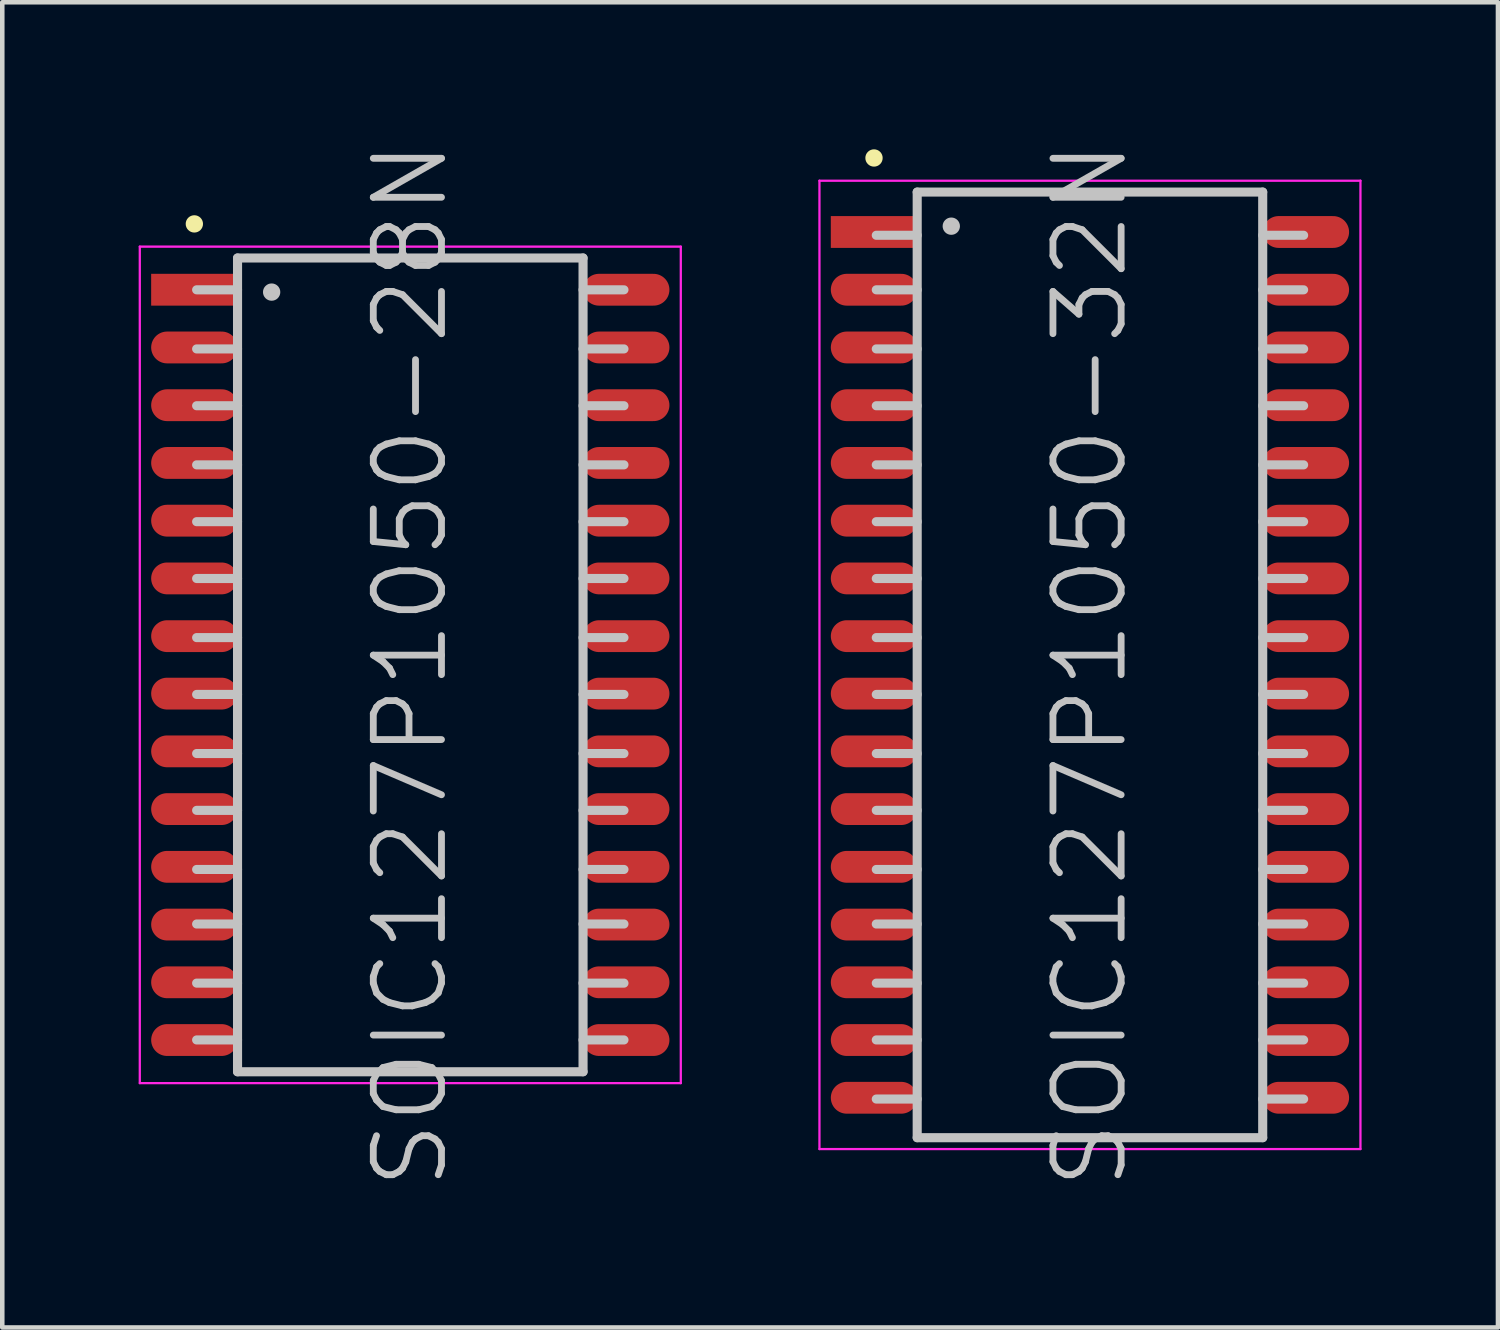
<source format=kicad_pcb>
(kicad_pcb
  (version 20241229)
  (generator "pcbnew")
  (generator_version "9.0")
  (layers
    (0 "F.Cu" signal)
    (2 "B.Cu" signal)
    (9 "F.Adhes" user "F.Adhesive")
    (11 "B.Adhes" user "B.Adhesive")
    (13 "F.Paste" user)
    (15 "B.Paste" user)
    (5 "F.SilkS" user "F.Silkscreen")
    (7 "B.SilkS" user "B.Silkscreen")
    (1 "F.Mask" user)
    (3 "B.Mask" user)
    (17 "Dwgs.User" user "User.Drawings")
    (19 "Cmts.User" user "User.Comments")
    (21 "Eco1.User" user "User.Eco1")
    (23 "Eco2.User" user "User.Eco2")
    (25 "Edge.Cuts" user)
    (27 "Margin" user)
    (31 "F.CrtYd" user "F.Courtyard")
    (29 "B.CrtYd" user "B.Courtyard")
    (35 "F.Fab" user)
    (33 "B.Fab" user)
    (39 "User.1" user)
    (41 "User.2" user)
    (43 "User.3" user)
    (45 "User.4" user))
  (footprint "SOIC127P1050-32N"
    (layer "F.Cu")
    (at 20.925 11.575)
    (property "Reference" "SOIC127P1050-32N" (at 0 0 90) (layer "Dwgs.User") (effects (font (size 1.5 1.5) (thickness 0.15))))
    (attr smd)
    (fp_line (start -4.75 -11.15) (end -4.75 -11.15) (stroke (width 0.381) (type solid)) (layer "F.SilkS"))
    (fp_line (start -3.8 -10.4) (end -3.8 10.4) (stroke (width 0.2) (type solid)) (layer "Dwgs.User"))
    (fp_line (start -3.8 -10.4) (end 3.8 -10.4) (stroke (width 0.2) (type solid)) (layer "Dwgs.User"))
    (fp_line (start -3.8 -9.45) (end -4.7 -9.45) (stroke (width 0.2) (type solid)) (layer "Dwgs.User"))
    (fp_line (start -3.8 -8.25) (end -4.7 -8.25) (stroke (width 0.2) (type solid)) (layer "Dwgs.User"))
    (fp_line (start -3.8 -6.95) (end -4.7 -6.95) (stroke (width 0.2) (type solid)) (layer "Dwgs.User"))
    (fp_line (start -3.8 -5.7) (end -4.7 -5.7) (stroke (width 0.2) (type solid)) (layer "Dwgs.User"))
    (fp_line (start -3.8 -4.4) (end -4.7 -4.4) (stroke (width 0.2) (type solid)) (layer "Dwgs.User"))
    (fp_line (start -3.8 -3.15) (end -4.7 -3.15) (stroke (width 0.2) (type solid)) (layer "Dwgs.User"))
    (fp_line (start -3.8 -1.9) (end -4.7 -1.9) (stroke (width 0.2) (type solid)) (layer "Dwgs.User"))
    (fp_line (start -3.8 -0.6) (end -4.7 -0.6) (stroke (width 0.2) (type solid)) (layer "Dwgs.User"))
    (fp_line (start -3.8 0.65) (end -4.7 0.65) (stroke (width 0.2) (type solid)) (layer "Dwgs.User"))
    (fp_line (start -3.8 1.95) (end -4.7 1.95) (stroke (width 0.2) (type solid)) (layer "Dwgs.User"))
    (fp_line (start -3.8 3.2) (end -4.7 3.2) (stroke (width 0.2) (type solid)) (layer "Dwgs.User"))
    (fp_line (start -3.8 4.5) (end -4.7 4.5) (stroke (width 0.2) (type solid)) (layer "Dwgs.User"))
    (fp_line (start -3.8 5.7) (end -4.7 5.7) (stroke (width 0.2) (type solid)) (layer "Dwgs.User"))
    (fp_line (start -3.8 7) (end -4.7 7) (stroke (width 0.2) (type solid)) (layer "Dwgs.User"))
    (fp_line (start -3.8 8.25) (end -4.7 8.25) (stroke (width 0.2) (type solid)) (layer "Dwgs.User"))
    (fp_line (start -3.8 9.55) (end -4.7 9.55) (stroke (width 0.2) (type solid)) (layer "Dwgs.User"))
    (fp_line (start -3.8 10.4) (end 3.8 10.4) (stroke (width 0.2) (type solid)) (layer "Dwgs.User"))
    (fp_line (start -3.05 -9.65) (end -3.05 -9.65) (stroke (width 0.381) (type solid)) (layer "Dwgs.User"))
    (fp_line (start 3.8 -10.4) (end 3.8 10.4) (stroke (width 0.2) (type solid)) (layer "Dwgs.User"))
    (fp_line (start 4.7 -9.45) (end 3.8 -9.45) (stroke (width 0.2) (type solid)) (layer "Dwgs.User"))
    (fp_line (start 4.7 -8.25) (end 3.8 -8.25) (stroke (width 0.2) (type solid)) (layer "Dwgs.User"))
    (fp_line (start 4.7 -6.95) (end 3.8 -6.95) (stroke (width 0.2) (type solid)) (layer "Dwgs.User"))
    (fp_line (start 4.7 -5.7) (end 3.8 -5.7) (stroke (width 0.2) (type solid)) (layer "Dwgs.User"))
    (fp_line (start 4.7 -4.4) (end 3.8 -4.4) (stroke (width 0.2) (type solid)) (layer "Dwgs.User"))
    (fp_line (start 4.7 -3.15) (end 3.8 -3.15) (stroke (width 0.2) (type solid)) (layer "Dwgs.User"))
    (fp_line (start 4.7 -1.9) (end 3.8 -1.9) (stroke (width 0.2) (type solid)) (layer "Dwgs.User"))
    (fp_line (start 4.7 -0.6) (end 3.8 -0.6) (stroke (width 0.2) (type solid)) (layer "Dwgs.User"))
    (fp_line (start 4.7 0.65) (end 3.8 0.65) (stroke (width 0.2) (type solid)) (layer "Dwgs.User"))
    (fp_line (start 4.7 1.95) (end 3.8 1.95) (stroke (width 0.2) (type solid)) (layer "Dwgs.User"))
    (fp_line (start 4.7 3.2) (end 3.8 3.2) (stroke (width 0.2) (type solid)) (layer "Dwgs.User"))
    (fp_line (start 4.7 4.5) (end 3.8 4.5) (stroke (width 0.2) (type solid)) (layer "Dwgs.User"))
    (fp_line (start 4.7 5.7) (end 3.8 5.7) (stroke (width 0.2) (type solid)) (layer "Dwgs.User"))
    (fp_line (start 4.7 7) (end 3.8 7) (stroke (width 0.2) (type solid)) (layer "Dwgs.User"))
    (fp_line (start 4.7 8.25) (end 3.8 8.25) (stroke (width 0.2) (type solid)) (layer "Dwgs.User"))
    (fp_line (start 4.7 9.55) (end 3.8 9.55) (stroke (width 0.2) (type solid)) (layer "Dwgs.User"))
    (fp_line (start -5.95 -10.65) (end -5.95 10.65) (stroke (width 0.05) (type solid)) (layer "F.CrtYd"))
    (fp_line (start -5.95 -10.65) (end 5.95 -10.65) (stroke (width 0.05) (type solid)) (layer "F.CrtYd"))
    (fp_line (start -5.95 10.65) (end 5.95 10.65) (stroke (width 0.05) (type solid)) (layer "F.CrtYd"))
    (fp_line (start 5.95 -10.65) (end 5.95 10.65) (stroke (width 0.05) (type solid)) (layer "F.CrtYd"))
    (pad "1" smd rect (at -4.75 -9.522 90) (size 0.7 1.9) (layers "F.Cu" "F.Mask" "F.Paste"))
    (pad "2" smd oval (at -4.75 -8.252 90) (size 0.7 1.9) (layers "F.Cu" "F.Mask" "F.Paste"))
    (pad "3" smd oval (at -4.75 -6.982 90) (size 0.7 1.9) (layers "F.Cu" "F.Mask" "F.Paste"))
    (pad "4" smd oval (at -4.75 -5.712 90) (size 0.7 1.9) (layers "F.Cu" "F.Mask" "F.Paste"))
    (pad "5" smd oval (at -4.75 -4.442 90) (size 0.7 1.9) (layers "F.Cu" "F.Mask" "F.Paste"))
    (pad "6" smd oval (at -4.75 -3.172 90) (size 0.7 1.9) (layers "F.Cu" "F.Mask" "F.Paste"))
    (pad "7" smd oval (at -4.75 -1.902 90) (size 0.7 1.9) (layers "F.Cu" "F.Mask" "F.Paste"))
    (pad "8" smd oval (at -4.75 -0.632 90) (size 0.7 1.9) (layers "F.Cu" "F.Mask" "F.Paste"))
    (pad "9" smd oval (at -4.75 0.632 90) (size 0.7 1.9) (layers "F.Cu" "F.Mask" "F.Paste"))
    (pad "10" smd oval (at -4.75 1.902 90) (size 0.7 1.9) (layers "F.Cu" "F.Mask" "F.Paste"))
    (pad "11" smd oval (at -4.75 3.172 90) (size 0.7 1.9) (layers "F.Cu" "F.Mask" "F.Paste"))
    (pad "12" smd oval (at -4.75 4.442 90) (size 0.7 1.9) (layers "F.Cu" "F.Mask" "F.Paste"))
    (pad "13" smd oval (at -4.75 5.712 90) (size 0.7 1.9) (layers "F.Cu" "F.Mask" "F.Paste"))
    (pad "14" smd oval (at -4.75 6.982 90) (size 0.7 1.9) (layers "F.Cu" "F.Mask" "F.Paste"))
    (pad "15" smd oval (at -4.75 8.252 90) (size 0.7 1.9) (layers "F.Cu" "F.Mask" "F.Paste"))
    (pad "16" smd oval (at -4.75 9.522 90) (size 0.7 1.9) (layers "F.Cu" "F.Mask" "F.Paste"))
    (pad "17" smd oval (at 4.75 9.522 270) (size 0.7 1.9) (layers "F.Cu" "F.Mask" "F.Paste"))
    (pad "18" smd oval (at 4.75 8.252 270) (size 0.7 1.9) (layers "F.Cu" "F.Mask" "F.Paste"))
    (pad "19" smd oval (at 4.75 6.982 270) (size 0.7 1.9) (layers "F.Cu" "F.Mask" "F.Paste"))
    (pad "20" smd oval (at 4.75 5.712 270) (size 0.7 1.9) (layers "F.Cu" "F.Mask" "F.Paste"))
    (pad "21" smd oval (at 4.75 4.442 270) (size 0.7 1.9) (layers "F.Cu" "F.Mask" "F.Paste"))
    (pad "22" smd oval (at 4.75 3.172 270) (size 0.7 1.9) (layers "F.Cu" "F.Mask" "F.Paste"))
    (pad "23" smd oval (at 4.75 1.902 270) (size 0.7 1.9) (layers "F.Cu" "F.Mask" "F.Paste"))
    (pad "24" smd oval (at 4.75 0.632 270) (size 0.7 1.9) (layers "F.Cu" "F.Mask" "F.Paste"))
    (pad "25" smd oval (at 4.75 -0.632 270) (size 0.7 1.9) (layers "F.Cu" "F.Mask" "F.Paste"))
    (pad "26" smd oval (at 4.75 -1.902 270) (size 0.7 1.9) (layers "F.Cu" "F.Mask" "F.Paste"))
    (pad "27" smd oval (at 4.75 -3.172 270) (size 0.7 1.9) (layers "F.Cu" "F.Mask" "F.Paste"))
    (pad "28" smd oval (at 4.75 -4.442 270) (size 0.7 1.9) (layers "F.Cu" "F.Mask" "F.Paste"))
    (pad "29" smd oval (at 4.75 -5.712 270) (size 0.7 1.9) (layers "F.Cu" "F.Mask" "F.Paste"))
    (pad "30" smd oval (at 4.75 -6.982 270) (size 0.7 1.9) (layers "F.Cu" "F.Mask" "F.Paste"))
    (pad "31" smd oval (at 4.75 -8.252 270) (size 0.7 1.9) (layers "F.Cu" "F.Mask" "F.Paste"))
    (pad "32" smd oval (at 4.75 -9.522 270) (size 0.7 1.9) (layers "F.Cu" "F.Mask" "F.Paste")))
  (footprint "SOIC127P1050-28N"
    (layer "F.Cu")
    (at 5.975 11.575)
    (property "Reference" "SOIC127P1050-28N" (at 0 0 90) (layer "Dwgs.User") (effects (font (size 1.5 1.5) (thickness 0.15))))
    (attr smd)
    (fp_line (start -4.75 -9.7) (end -4.75 -9.7) (stroke (width 0.381) (type solid)) (layer "F.SilkS"))
    (fp_line (start -3.8 -8.95) (end -3.8 8.95) (stroke (width 0.2) (type solid)) (layer "Dwgs.User"))
    (fp_line (start -3.8 -8.95) (end 3.8 -8.95) (stroke (width 0.2) (type solid)) (layer "Dwgs.User"))
    (fp_line (start -3.8 -8.25) (end -4.7 -8.25) (stroke (width 0.2) (type solid)) (layer "Dwgs.User"))
    (fp_line (start -3.8 -6.95) (end -4.7 -6.95) (stroke (width 0.2) (type solid)) (layer "Dwgs.User"))
    (fp_line (start -3.8 -5.7) (end -4.7 -5.7) (stroke (width 0.2) (type solid)) (layer "Dwgs.User"))
    (fp_line (start -3.8 -4.4) (end -4.7 -4.4) (stroke (width 0.2) (type solid)) (layer "Dwgs.User"))
    (fp_line (start -3.8 -3.15) (end -4.7 -3.15) (stroke (width 0.2) (type solid)) (layer "Dwgs.User"))
    (fp_line (start -3.8 -1.9) (end -4.7 -1.9) (stroke (width 0.2) (type solid)) (layer "Dwgs.User"))
    (fp_line (start -3.8 -0.6) (end -4.7 -0.6) (stroke (width 0.2) (type solid)) (layer "Dwgs.User"))
    (fp_line (start -3.8 0.65) (end -4.7 0.65) (stroke (width 0.2) (type solid)) (layer "Dwgs.User"))
    (fp_line (start -3.8 1.95) (end -4.7 1.95) (stroke (width 0.2) (type solid)) (layer "Dwgs.User"))
    (fp_line (start -3.8 3.2) (end -4.7 3.2) (stroke (width 0.2) (type solid)) (layer "Dwgs.User"))
    (fp_line (start -3.8 4.5) (end -4.7 4.5) (stroke (width 0.2) (type solid)) (layer "Dwgs.User"))
    (fp_line (start -3.8 5.7) (end -4.7 5.7) (stroke (width 0.2) (type solid)) (layer "Dwgs.User"))
    (fp_line (start -3.8 7) (end -4.7 7) (stroke (width 0.2) (type solid)) (layer "Dwgs.User"))
    (fp_line (start -3.8 8.25) (end -4.7 8.25) (stroke (width 0.2) (type solid)) (layer "Dwgs.User"))
    (fp_line (start -3.8 8.95) (end 3.8 8.95) (stroke (width 0.2) (type solid)) (layer "Dwgs.User"))
    (fp_line (start -3.05 -8.2) (end -3.05 -8.2) (stroke (width 0.381) (type solid)) (layer "Dwgs.User"))
    (fp_line (start 3.8 -8.95) (end 3.8 8.95) (stroke (width 0.2) (type solid)) (layer "Dwgs.User"))
    (fp_line (start 4.7 -8.25) (end 3.8 -8.25) (stroke (width 0.2) (type solid)) (layer "Dwgs.User"))
    (fp_line (start 4.7 -6.95) (end 3.8 -6.95) (stroke (width 0.2) (type solid)) (layer "Dwgs.User"))
    (fp_line (start 4.7 -5.7) (end 3.8 -5.7) (stroke (width 0.2) (type solid)) (layer "Dwgs.User"))
    (fp_line (start 4.7 -4.4) (end 3.8 -4.4) (stroke (width 0.2) (type solid)) (layer "Dwgs.User"))
    (fp_line (start 4.7 -3.15) (end 3.8 -3.15) (stroke (width 0.2) (type solid)) (layer "Dwgs.User"))
    (fp_line (start 4.7 -1.9) (end 3.8 -1.9) (stroke (width 0.2) (type solid)) (layer "Dwgs.User"))
    (fp_line (start 4.7 -0.6) (end 3.8 -0.6) (stroke (width 0.2) (type solid)) (layer "Dwgs.User"))
    (fp_line (start 4.7 0.65) (end 3.8 0.65) (stroke (width 0.2) (type solid)) (layer "Dwgs.User"))
    (fp_line (start 4.7 1.95) (end 3.8 1.95) (stroke (width 0.2) (type solid)) (layer "Dwgs.User"))
    (fp_line (start 4.7 3.2) (end 3.8 3.2) (stroke (width 0.2) (type solid)) (layer "Dwgs.User"))
    (fp_line (start 4.7 4.5) (end 3.8 4.5) (stroke (width 0.2) (type solid)) (layer "Dwgs.User"))
    (fp_line (start 4.7 5.7) (end 3.8 5.7) (stroke (width 0.2) (type solid)) (layer "Dwgs.User"))
    (fp_line (start 4.7 7) (end 3.8 7) (stroke (width 0.2) (type solid)) (layer "Dwgs.User"))
    (fp_line (start 4.7 8.25) (end 3.8 8.25) (stroke (width 0.2) (type solid)) (layer "Dwgs.User"))
    (fp_line (start -5.95 -9.2) (end -5.95 9.2) (stroke (width 0.05) (type solid)) (layer "F.CrtYd"))
    (fp_line (start -5.95 -9.2) (end 5.95 -9.2) (stroke (width 0.05) (type solid)) (layer "F.CrtYd"))
    (fp_line (start -5.95 9.2) (end 5.95 9.2) (stroke (width 0.05) (type solid)) (layer "F.CrtYd"))
    (fp_line (start 5.95 -9.2) (end 5.95 9.2) (stroke (width 0.05) (type solid)) (layer "F.CrtYd"))
    (pad "1" smd rect (at -4.75 -8.252 90) (size 0.7 1.9) (layers "F.Cu" "F.Mask" "F.Paste"))
    (pad "2" smd oval (at -4.75 -6.982 90) (size 0.7 1.9) (layers "F.Cu" "F.Mask" "F.Paste"))
    (pad "3" smd oval (at -4.75 -5.712 90) (size 0.7 1.9) (layers "F.Cu" "F.Mask" "F.Paste"))
    (pad "4" smd oval (at -4.75 -4.442 90) (size 0.7 1.9) (layers "F.Cu" "F.Mask" "F.Paste"))
    (pad "5" smd oval (at -4.75 -3.172 90) (size 0.7 1.9) (layers "F.Cu" "F.Mask" "F.Paste"))
    (pad "6" smd oval (at -4.75 -1.902 90) (size 0.7 1.9) (layers "F.Cu" "F.Mask" "F.Paste"))
    (pad "7" smd oval (at -4.75 -0.632 90) (size 0.7 1.9) (layers "F.Cu" "F.Mask" "F.Paste"))
    (pad "8" smd oval (at -4.75 0.632 90) (size 0.7 1.9) (layers "F.Cu" "F.Mask" "F.Paste"))
    (pad "9" smd oval (at -4.75 1.902 90) (size 0.7 1.9) (layers "F.Cu" "F.Mask" "F.Paste"))
    (pad "10" smd oval (at -4.75 3.172 90) (size 0.7 1.9) (layers "F.Cu" "F.Mask" "F.Paste"))
    (pad "11" smd oval (at -4.75 4.442 90) (size 0.7 1.9) (layers "F.Cu" "F.Mask" "F.Paste"))
    (pad "12" smd oval (at -4.75 5.712 90) (size 0.7 1.9) (layers "F.Cu" "F.Mask" "F.Paste"))
    (pad "13" smd oval (at -4.75 6.982 90) (size 0.7 1.9) (layers "F.Cu" "F.Mask" "F.Paste"))
    (pad "14" smd oval (at -4.75 8.252 90) (size 0.7 1.9) (layers "F.Cu" "F.Mask" "F.Paste"))
    (pad "15" smd oval (at 4.75 8.252 270) (size 0.7 1.9) (layers "F.Cu" "F.Mask" "F.Paste"))
    (pad "16" smd oval (at 4.75 6.982 270) (size 0.7 1.9) (layers "F.Cu" "F.Mask" "F.Paste"))
    (pad "17" smd oval (at 4.75 5.712 270) (size 0.7 1.9) (layers "F.Cu" "F.Mask" "F.Paste"))
    (pad "18" smd oval (at 4.75 4.442 270) (size 0.7 1.9) (layers "F.Cu" "F.Mask" "F.Paste"))
    (pad "19" smd oval (at 4.75 3.172 270) (size 0.7 1.9) (layers "F.Cu" "F.Mask" "F.Paste"))
    (pad "20" smd oval (at 4.75 1.902 270) (size 0.7 1.9) (layers "F.Cu" "F.Mask" "F.Paste"))
    (pad "21" smd oval (at 4.75 0.632 270) (size 0.7 1.9) (layers "F.Cu" "F.Mask" "F.Paste"))
    (pad "22" smd oval (at 4.75 -0.632 270) (size 0.7 1.9) (layers "F.Cu" "F.Mask" "F.Paste"))
    (pad "23" smd oval (at 4.75 -1.902 270) (size 0.7 1.9) (layers "F.Cu" "F.Mask" "F.Paste"))
    (pad "24" smd oval (at 4.75 -3.172 270) (size 0.7 1.9) (layers "F.Cu" "F.Mask" "F.Paste"))
    (pad "25" smd oval (at 4.75 -4.442 270) (size 0.7 1.9) (layers "F.Cu" "F.Mask" "F.Paste"))
    (pad "26" smd oval (at 4.75 -5.712 270) (size 0.7 1.9) (layers "F.Cu" "F.Mask" "F.Paste"))
    (pad "27" smd oval (at 4.75 -6.982 270) (size 0.7 1.9) (layers "F.Cu" "F.Mask" "F.Paste"))
    (pad "28" smd oval (at 4.75 -8.252 270) (size 0.7 1.9) (layers "F.Cu" "F.Mask" "F.Paste")))
  (gr_rect
    (start -3 -3)
    (end 29.9 26.15)
    (stroke (width 0.1) (type default))
    (fill no)
    (layer "Edge.Cuts")))
</source>
